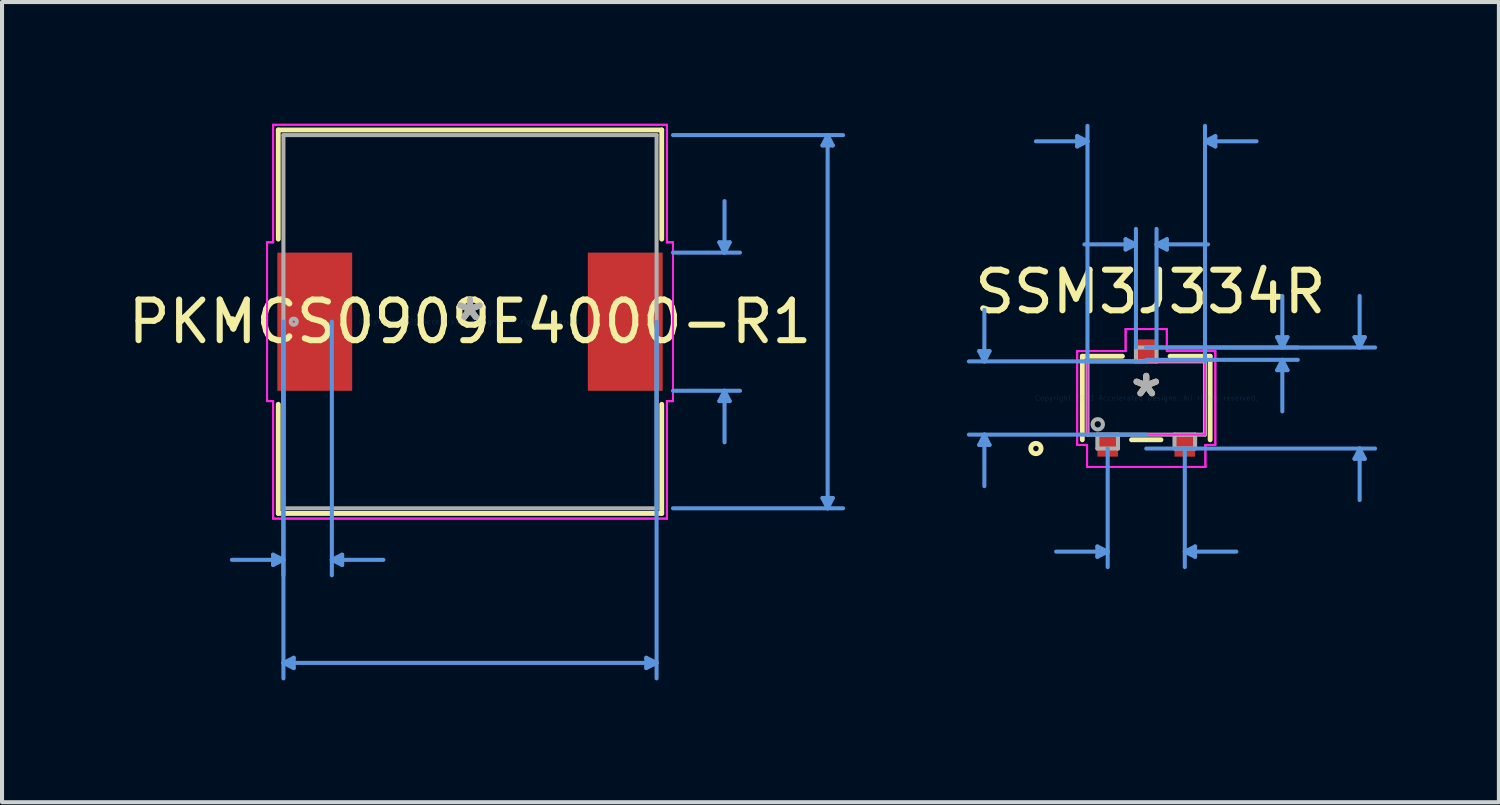
<source format=kicad_pcb>
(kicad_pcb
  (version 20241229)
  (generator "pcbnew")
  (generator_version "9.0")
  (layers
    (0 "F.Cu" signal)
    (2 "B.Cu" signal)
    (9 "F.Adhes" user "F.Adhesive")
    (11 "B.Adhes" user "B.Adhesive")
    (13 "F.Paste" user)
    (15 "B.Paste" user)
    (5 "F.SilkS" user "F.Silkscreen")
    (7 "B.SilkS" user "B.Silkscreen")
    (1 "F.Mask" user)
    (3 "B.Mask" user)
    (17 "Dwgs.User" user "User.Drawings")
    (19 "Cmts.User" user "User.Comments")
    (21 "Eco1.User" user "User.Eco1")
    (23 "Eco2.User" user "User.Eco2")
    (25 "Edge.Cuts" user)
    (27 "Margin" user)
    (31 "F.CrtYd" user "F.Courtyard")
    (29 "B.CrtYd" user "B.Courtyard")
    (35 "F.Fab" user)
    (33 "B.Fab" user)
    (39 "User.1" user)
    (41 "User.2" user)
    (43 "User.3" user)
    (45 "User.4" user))
  (footprint "PKMCS0909E4000-R1"
    (layer "F.Cu")
    (at 8.53 4.876)
    (property "Reference" "PKMCS0909E4000-R1" (at 0 0 0) (layer "F.SilkS") (effects (font (size 1 1) (thickness 0.15))))
    (attr through_hole)
    (fp_line (start -4.724 -4.724) (end -4.724 -2.035) (stroke (width 0.12) (type solid)) (layer "F.SilkS"))
    (fp_line (start -4.724 2.035) (end -4.724 4.724) (stroke (width 0.12) (type solid)) (layer "F.SilkS"))
    (fp_line (start -4.724 4.724) (end 4.724 4.724) (stroke (width 0.12) (type solid)) (layer "F.SilkS"))
    (fp_line (start 4.724 -4.724) (end -4.724 -4.724) (stroke (width 0.12) (type solid)) (layer "F.SilkS"))
    (fp_line (start 4.724 -2.035) (end 4.724 -4.724) (stroke (width 0.12) (type solid)) (layer "F.SilkS"))
    (fp_line (start 4.724 4.724) (end 4.724 2.035) (stroke (width 0.12) (type solid)) (layer "F.SilkS"))
    (fp_circle (center -5.867 0) (end -5.791 0) (stroke (width 0.12) (type solid)) (fill no) (layer "F.SilkS"))
    (fp_line (start -4.851 5.74) (end -4.851 5.994) (stroke (width 0.1) (type solid)) (layer "Cmts.User"))
    (fp_line (start -4.597 0) (end -4.597 6.248) (stroke (width 0.1) (type solid)) (layer "Cmts.User"))
    (fp_line (start -4.597 0) (end -4.597 8.788) (stroke (width 0.1) (type solid)) (layer "Cmts.User"))
    (fp_line (start -4.597 5.867) (end -5.867 5.867) (stroke (width 0.1) (type solid)) (layer "Cmts.User"))
    (fp_line (start -4.597 5.867) (end -4.851 5.74) (stroke (width 0.1) (type solid)) (layer "Cmts.User"))
    (fp_line (start -4.597 5.867) (end -4.851 5.994) (stroke (width 0.1) (type solid)) (layer "Cmts.User"))
    (fp_line (start -4.597 8.407) (end -4.343 8.28) (stroke (width 0.1) (type solid)) (layer "Cmts.User"))
    (fp_line (start -4.597 8.407) (end -4.343 8.534) (stroke (width 0.1) (type solid)) (layer "Cmts.User"))
    (fp_line (start -4.597 8.407) (end 4.597 8.407) (stroke (width 0.1) (type solid)) (layer "Cmts.User"))
    (fp_line (start -4.343 8.28) (end -4.343 8.534) (stroke (width 0.1) (type solid)) (layer "Cmts.User"))
    (fp_line (start -3.404 0) (end -3.404 6.248) (stroke (width 0.1) (type solid)) (layer "Cmts.User"))
    (fp_line (start -3.404 5.867) (end -3.15 5.74) (stroke (width 0.1) (type solid)) (layer "Cmts.User"))
    (fp_line (start -3.404 5.867) (end -3.15 5.994) (stroke (width 0.1) (type solid)) (layer "Cmts.User"))
    (fp_line (start -3.404 5.867) (end -2.134 5.867) (stroke (width 0.1) (type solid)) (layer "Cmts.User"))
    (fp_line (start -3.15 5.74) (end -3.15 5.994) (stroke (width 0.1) (type solid)) (layer "Cmts.User"))
    (fp_line (start 4.343 8.28) (end 4.343 8.534) (stroke (width 0.1) (type solid)) (layer "Cmts.User"))
    (fp_line (start 4.597 0) (end 4.597 8.788) (stroke (width 0.1) (type solid)) (layer "Cmts.User"))
    (fp_line (start 4.597 8.407) (end 4.343 8.28) (stroke (width 0.1) (type solid)) (layer "Cmts.User"))
    (fp_line (start 4.597 8.407) (end 4.343 8.534) (stroke (width 0.1) (type solid)) (layer "Cmts.User"))
    (fp_line (start 5.001 -4.597) (end 9.192 -4.597) (stroke (width 0.1) (type solid)) (layer "Cmts.User"))
    (fp_line (start 5.001 -1.702) (end 6.652 -1.702) (stroke (width 0.1) (type solid)) (layer "Cmts.User"))
    (fp_line (start 5.001 1.702) (end 6.652 1.702) (stroke (width 0.1) (type solid)) (layer "Cmts.User"))
    (fp_line (start 5.001 4.597) (end 9.192 4.597) (stroke (width 0.1) (type solid)) (layer "Cmts.User"))
    (fp_line (start 6.144 -1.956) (end 6.398 -1.956) (stroke (width 0.1) (type solid)) (layer "Cmts.User"))
    (fp_line (start 6.144 1.956) (end 6.398 1.956) (stroke (width 0.1) (type solid)) (layer "Cmts.User"))
    (fp_line (start 6.271 -1.702) (end 6.144 -1.956) (stroke (width 0.1) (type solid)) (layer "Cmts.User"))
    (fp_line (start 6.271 -1.702) (end 6.271 -2.972) (stroke (width 0.1) (type solid)) (layer "Cmts.User"))
    (fp_line (start 6.271 -1.702) (end 6.398 -1.956) (stroke (width 0.1) (type solid)) (layer "Cmts.User"))
    (fp_line (start 6.271 1.702) (end 6.144 1.956) (stroke (width 0.1) (type solid)) (layer "Cmts.User"))
    (fp_line (start 6.271 1.702) (end 6.271 2.972) (stroke (width 0.1) (type solid)) (layer "Cmts.User"))
    (fp_line (start 6.271 1.702) (end 6.398 1.956) (stroke (width 0.1) (type solid)) (layer "Cmts.User"))
    (fp_line (start 8.684 -4.343) (end 8.938 -4.343) (stroke (width 0.1) (type solid)) (layer "Cmts.User"))
    (fp_line (start 8.684 4.343) (end 8.938 4.343) (stroke (width 0.1) (type solid)) (layer "Cmts.User"))
    (fp_line (start 8.811 -4.597) (end 8.684 -4.343) (stroke (width 0.1) (type solid)) (layer "Cmts.User"))
    (fp_line (start 8.811 -4.597) (end 8.811 4.597) (stroke (width 0.1) (type solid)) (layer "Cmts.User"))
    (fp_line (start 8.811 -4.597) (end 8.938 -4.343) (stroke (width 0.1) (type solid)) (layer "Cmts.User"))
    (fp_line (start 8.811 4.597) (end 8.684 4.343) (stroke (width 0.1) (type solid)) (layer "Cmts.User"))
    (fp_line (start 8.811 4.597) (end 8.938 4.343) (stroke (width 0.1) (type solid)) (layer "Cmts.User"))
    (fp_line (start -5.001 -1.956) (end -4.851 -1.956) (stroke (width 0.05) (type solid)) (layer "F.CrtYd"))
    (fp_line (start -5.001 -1.956) (end -4.851 -1.956) (stroke (width 0.05) (type solid)) (layer "F.CrtYd"))
    (fp_line (start -5.001 1.956) (end -5.001 -1.956) (stroke (width 0.05) (type solid)) (layer "F.CrtYd"))
    (fp_line (start -5.001 1.956) (end -5.001 -1.956) (stroke (width 0.05) (type solid)) (layer "F.CrtYd"))
    (fp_line (start -4.851 -4.851) (end 4.851 -4.851) (stroke (width 0.05) (type solid)) (layer "F.CrtYd"))
    (fp_line (start -4.851 -4.851) (end 4.851 -4.851) (stroke (width 0.05) (type solid)) (layer "F.CrtYd"))
    (fp_line (start -4.851 -1.956) (end -4.851 -4.851) (stroke (width 0.05) (type solid)) (layer "F.CrtYd"))
    (fp_line (start -4.851 -1.956) (end -4.851 -4.851) (stroke (width 0.05) (type solid)) (layer "F.CrtYd"))
    (fp_line (start -4.851 1.956) (end -5.001 1.956) (stroke (width 0.05) (type solid)) (layer "F.CrtYd"))
    (fp_line (start -4.851 1.956) (end -5.001 1.956) (stroke (width 0.05) (type solid)) (layer "F.CrtYd"))
    (fp_line (start -4.851 4.851) (end -4.851 1.956) (stroke (width 0.05) (type solid)) (layer "F.CrtYd"))
    (fp_line (start -4.851 4.851) (end -4.851 1.956) (stroke (width 0.05) (type solid)) (layer "F.CrtYd"))
    (fp_line (start 4.851 -4.851) (end 4.851 -1.956) (stroke (width 0.05) (type solid)) (layer "F.CrtYd"))
    (fp_line (start 4.851 -4.851) (end 4.851 -1.956) (stroke (width 0.05) (type solid)) (layer "F.CrtYd"))
    (fp_line (start 4.851 -1.956) (end 5.001 -1.956) (stroke (width 0.05) (type solid)) (layer "F.CrtYd"))
    (fp_line (start 4.851 -1.956) (end 5.001 -1.956) (stroke (width 0.05) (type solid)) (layer "F.CrtYd"))
    (fp_line (start 4.851 1.956) (end 4.851 4.851) (stroke (width 0.05) (type solid)) (layer "F.CrtYd"))
    (fp_line (start 4.851 1.956) (end 4.851 4.851) (stroke (width 0.05) (type solid)) (layer "F.CrtYd"))
    (fp_line (start 4.851 4.851) (end -4.851 4.851) (stroke (width 0.05) (type solid)) (layer "F.CrtYd"))
    (fp_line (start 4.851 4.851) (end -4.851 4.851) (stroke (width 0.05) (type solid)) (layer "F.CrtYd"))
    (fp_line (start 5.001 -1.956) (end 5.001 1.956) (stroke (width 0.05) (type solid)) (layer "F.CrtYd"))
    (fp_line (start 5.001 -1.956) (end 5.001 1.956) (stroke (width 0.05) (type solid)) (layer "F.CrtYd"))
    (fp_line (start 5.001 1.956) (end 4.851 1.956) (stroke (width 0.05) (type solid)) (layer "F.CrtYd"))
    (fp_line (start 5.001 1.956) (end 4.851 1.956) (stroke (width 0.05) (type solid)) (layer "F.CrtYd"))
    (fp_line (start -4.597 -4.597) (end -4.597 4.597) (stroke (width 0.1) (type solid)) (layer "F.Fab"))
    (fp_line (start -4.597 4.597) (end 4.597 4.597) (stroke (width 0.1) (type solid)) (layer "F.Fab"))
    (fp_line (start 4.597 -4.597) (end -4.597 -4.597) (stroke (width 0.1) (type solid)) (layer "F.Fab"))
    (fp_line (start 4.597 4.597) (end 4.597 -4.597) (stroke (width 0.1) (type solid)) (layer "F.Fab"))
    (fp_circle (center -4.343 0) (end -4.267 0) (stroke (width 0.1) (type solid)) (fill no) (layer "F.Fab"))
    (fp_text user "*" (at 0 0 0) (layer "F.SilkS") (effects (font (size 1 1) (thickness 0.15))))
    (fp_text user "Copyright 2021 Accelerated Designs. All rights reserved." (at 0 0 0) (layer "Cmts.User") (effects (font (size 0.127 0.127) (thickness 0.002))))
    (fp_text user "*" (at 0 0 0) (layer "F.Fab") (effects (font (size 1 1) (thickness 0.15))))
    (pad "1" smd rect (at -3.825 0 90) (size 3.404 1.844) (layers "F.Cu" "F.Mask" "F.Paste"))
    (pad "2" smd rect (at 3.825 0 90) (size 3.404 1.844) (layers "F.Cu" "F.Mask" "F.Paste")))
  (footprint "SSM3J334R"
    (layer "F.Cu")
    (at 25.191 6.756)
    (property "Reference" "SSM3J334R" (at 0.102 -2.616 0) (layer "F.SilkS") (effects (font (size 1 1) (thickness 0.15))))
    (attr through_hole)
    (fp_line (start -1.575 -1.029) (end -1.575 1.029) (stroke (width 0.12) (type solid)) (layer "F.SilkS"))
    (fp_line (start -0.587 -1.029) (end -1.575 -1.029) (stroke (width 0.12) (type solid)) (layer "F.SilkS"))
    (fp_line (start -0.363 1.029) (end 0.363 1.029) (stroke (width 0.12) (type solid)) (layer "F.SilkS"))
    (fp_line (start 1.575 -1.029) (end 0.587 -1.029) (stroke (width 0.12) (type solid)) (layer "F.SilkS"))
    (fp_line (start 1.575 1.029) (end 1.575 -1.029) (stroke (width 0.12) (type solid)) (layer "F.SilkS"))
    (fp_circle (center -2.718 1.245) (end -2.591 1.245) (stroke (width 0.12) (type solid)) (fill no) (layer "F.SilkS"))
    (fp_line (start -4.115 -1.156) (end -3.861 -1.156) (stroke (width 0.1) (type solid)) (layer "Cmts.User"))
    (fp_line (start -4.115 1.156) (end -3.861 1.156) (stroke (width 0.1) (type solid)) (layer "Cmts.User"))
    (fp_line (start -3.988 -0.902) (end -4.115 -1.156) (stroke (width 0.1) (type solid)) (layer "Cmts.User"))
    (fp_line (start -3.988 -0.902) (end -3.988 -2.172) (stroke (width 0.1) (type solid)) (layer "Cmts.User"))
    (fp_line (start -3.988 -0.902) (end -3.861 -1.156) (stroke (width 0.1) (type solid)) (layer "Cmts.User"))
    (fp_line (start -3.988 0.902) (end -4.115 1.156) (stroke (width 0.1) (type solid)) (layer "Cmts.User"))
    (fp_line (start -3.988 0.902) (end -3.988 2.172) (stroke (width 0.1) (type solid)) (layer "Cmts.User"))
    (fp_line (start -3.988 0.902) (end -3.861 1.156) (stroke (width 0.1) (type solid)) (layer "Cmts.User"))
    (fp_line (start -1.702 -6.452) (end -1.702 -6.198) (stroke (width 0.1) (type solid)) (layer "Cmts.User"))
    (fp_line (start -1.448 -6.325) (end -2.718 -6.325) (stroke (width 0.1) (type solid)) (layer "Cmts.User"))
    (fp_line (start -1.448 -6.325) (end -1.702 -6.452) (stroke (width 0.1) (type solid)) (layer "Cmts.User"))
    (fp_line (start -1.448 -6.325) (end -1.702 -6.198) (stroke (width 0.1) (type solid)) (layer "Cmts.User"))
    (fp_line (start -1.448 -0.902) (end -1.448 -6.706) (stroke (width 0.1) (type solid)) (layer "Cmts.User"))
    (fp_line (start -1.204 3.658) (end -1.204 3.912) (stroke (width 0.1) (type solid)) (layer "Cmts.User"))
    (fp_line (start -0.95 1.245) (end -0.95 4.166) (stroke (width 0.1) (type solid)) (layer "Cmts.User"))
    (fp_line (start -0.95 3.785) (end -2.22 3.785) (stroke (width 0.1) (type solid)) (layer "Cmts.User"))
    (fp_line (start -0.95 3.785) (end -1.204 3.658) (stroke (width 0.1) (type solid)) (layer "Cmts.User"))
    (fp_line (start -0.95 3.785) (end -1.204 3.912) (stroke (width 0.1) (type solid)) (layer "Cmts.User"))
    (fp_line (start -0.508 -3.912) (end -0.508 -3.658) (stroke (width 0.1) (type solid)) (layer "Cmts.User"))
    (fp_line (start -0.254 -3.785) (end -1.524 -3.785) (stroke (width 0.1) (type solid)) (layer "Cmts.User"))
    (fp_line (start -0.254 -3.785) (end -0.508 -3.912) (stroke (width 0.1) (type solid)) (layer "Cmts.User"))
    (fp_line (start -0.254 -3.785) (end -0.508 -3.658) (stroke (width 0.1) (type solid)) (layer "Cmts.User"))
    (fp_line (start -0.254 -1.245) (end -0.254 -4.166) (stroke (width 0.1) (type solid)) (layer "Cmts.User"))
    (fp_line (start 0 -1.245) (end 3.734 -1.245) (stroke (width 0.1) (type solid)) (layer "Cmts.User"))
    (fp_line (start 0 -1.245) (end 5.639 -1.245) (stroke (width 0.1) (type solid)) (layer "Cmts.User"))
    (fp_line (start 0 -0.94) (end 3.734 -0.94) (stroke (width 0.1) (type solid)) (layer "Cmts.User"))
    (fp_line (start 0 -0.902) (end -4.369 -0.902) (stroke (width 0.1) (type solid)) (layer "Cmts.User"))
    (fp_line (start 0 0.902) (end -4.369 0.902) (stroke (width 0.1) (type solid)) (layer "Cmts.User"))
    (fp_line (start 0 1.245) (end 5.639 1.245) (stroke (width 0.1) (type solid)) (layer "Cmts.User"))
    (fp_line (start 0.254 -3.785) (end 0.508 -3.912) (stroke (width 0.1) (type solid)) (layer "Cmts.User"))
    (fp_line (start 0.254 -3.785) (end 0.508 -3.658) (stroke (width 0.1) (type solid)) (layer "Cmts.User"))
    (fp_line (start 0.254 -3.785) (end 1.524 -3.785) (stroke (width 0.1) (type solid)) (layer "Cmts.User"))
    (fp_line (start 0.254 -1.245) (end 0.254 -4.166) (stroke (width 0.1) (type solid)) (layer "Cmts.User"))
    (fp_line (start 0.508 -3.912) (end 0.508 -3.658) (stroke (width 0.1) (type solid)) (layer "Cmts.User"))
    (fp_line (start 0.95 1.245) (end 0.95 4.166) (stroke (width 0.1) (type solid)) (layer "Cmts.User"))
    (fp_line (start 0.95 3.785) (end 1.204 3.658) (stroke (width 0.1) (type solid)) (layer "Cmts.User"))
    (fp_line (start 0.95 3.785) (end 1.204 3.912) (stroke (width 0.1) (type solid)) (layer "Cmts.User"))
    (fp_line (start 0.95 3.785) (end 2.22 3.785) (stroke (width 0.1) (type solid)) (layer "Cmts.User"))
    (fp_line (start 1.204 3.658) (end 1.204 3.912) (stroke (width 0.1) (type solid)) (layer "Cmts.User"))
    (fp_line (start 1.448 -6.325) (end 1.702 -6.452) (stroke (width 0.1) (type solid)) (layer "Cmts.User"))
    (fp_line (start 1.448 -6.325) (end 1.702 -6.198) (stroke (width 0.1) (type solid)) (layer "Cmts.User"))
    (fp_line (start 1.448 -6.325) (end 2.718 -6.325) (stroke (width 0.1) (type solid)) (layer "Cmts.User"))
    (fp_line (start 1.448 -0.902) (end 1.448 -6.706) (stroke (width 0.1) (type solid)) (layer "Cmts.User"))
    (fp_line (start 1.702 -6.452) (end 1.702 -6.198) (stroke (width 0.1) (type solid)) (layer "Cmts.User"))
    (fp_line (start 3.226 -1.499) (end 3.48 -1.499) (stroke (width 0.1) (type solid)) (layer "Cmts.User"))
    (fp_line (start 3.226 -0.686) (end 3.48 -0.686) (stroke (width 0.1) (type solid)) (layer "Cmts.User"))
    (fp_line (start 3.353 -1.245) (end 3.226 -1.499) (stroke (width 0.1) (type solid)) (layer "Cmts.User"))
    (fp_line (start 3.353 -1.245) (end 3.353 -2.515) (stroke (width 0.1) (type solid)) (layer "Cmts.User"))
    (fp_line (start 3.353 -1.245) (end 3.48 -1.499) (stroke (width 0.1) (type solid)) (layer "Cmts.User"))
    (fp_line (start 3.353 -0.94) (end 3.226 -0.686) (stroke (width 0.1) (type solid)) (layer "Cmts.User"))
    (fp_line (start 3.353 -0.94) (end 3.353 0.33) (stroke (width 0.1) (type solid)) (layer "Cmts.User"))
    (fp_line (start 3.353 -0.94) (end 3.48 -0.686) (stroke (width 0.1) (type solid)) (layer "Cmts.User"))
    (fp_line (start 5.131 -1.499) (end 5.385 -1.499) (stroke (width 0.1) (type solid)) (layer "Cmts.User"))
    (fp_line (start 5.131 1.499) (end 5.385 1.499) (stroke (width 0.1) (type solid)) (layer "Cmts.User"))
    (fp_line (start 5.258 -1.245) (end 5.131 -1.499) (stroke (width 0.1) (type solid)) (layer "Cmts.User"))
    (fp_line (start 5.258 -1.245) (end 5.258 -2.515) (stroke (width 0.1) (type solid)) (layer "Cmts.User"))
    (fp_line (start 5.258 -1.245) (end 5.385 -1.499) (stroke (width 0.1) (type solid)) (layer "Cmts.User"))
    (fp_line (start 5.258 1.245) (end 5.131 1.499) (stroke (width 0.1) (type solid)) (layer "Cmts.User"))
    (fp_line (start 5.258 1.245) (end 5.258 2.515) (stroke (width 0.1) (type solid)) (layer "Cmts.User"))
    (fp_line (start 5.258 1.245) (end 5.385 1.499) (stroke (width 0.1) (type solid)) (layer "Cmts.User"))
    (fp_line (start -1.702 -1.156) (end -0.508 -1.156) (stroke (width 0.05) (type solid)) (layer "F.CrtYd"))
    (fp_line (start -1.702 -1.156) (end -0.508 -1.156) (stroke (width 0.05) (type solid)) (layer "F.CrtYd"))
    (fp_line (start -1.702 1.156) (end -1.702 -1.156) (stroke (width 0.05) (type solid)) (layer "F.CrtYd"))
    (fp_line (start -1.702 1.156) (end -1.702 -1.156) (stroke (width 0.05) (type solid)) (layer "F.CrtYd"))
    (fp_line (start -1.702 1.156) (end -1.458 1.156) (stroke (width 0.05) (type solid)) (layer "F.CrtYd"))
    (fp_line (start -1.458 1.156) (end -1.702 1.156) (stroke (width 0.05) (type solid)) (layer "F.CrtYd"))
    (fp_line (start -1.458 1.156) (end -1.458 1.699) (stroke (width 0.05) (type solid)) (layer "F.CrtYd"))
    (fp_line (start -1.458 1.699) (end -1.458 1.156) (stroke (width 0.05) (type solid)) (layer "F.CrtYd"))
    (fp_line (start -1.458 1.699) (end 1.458 1.699) (stroke (width 0.05) (type solid)) (layer "F.CrtYd"))
    (fp_line (start -1.448 -0.902) (end 1.448 -0.902) (stroke (width 0.05) (type solid)) (layer "F.CrtYd"))
    (fp_line (start -1.448 0.902) (end -1.448 -0.902) (stroke (width 0.05) (type solid)) (layer "F.CrtYd"))
    (fp_line (start -0.508 -1.699) (end 0.508 -1.699) (stroke (width 0.05) (type solid)) (layer "F.CrtYd"))
    (fp_line (start -0.508 -1.699) (end 0.508 -1.699) (stroke (width 0.05) (type solid)) (layer "F.CrtYd"))
    (fp_line (start -0.508 -1.156) (end -0.508 -1.699) (stroke (width 0.05) (type solid)) (layer "F.CrtYd"))
    (fp_line (start -0.508 -1.156) (end -0.508 -1.699) (stroke (width 0.05) (type solid)) (layer "F.CrtYd"))
    (fp_line (start 0.508 -1.699) (end 0.508 -1.156) (stroke (width 0.05) (type solid)) (layer "F.CrtYd"))
    (fp_line (start 0.508 -1.156) (end 0.508 -1.699) (stroke (width 0.05) (type solid)) (layer "F.CrtYd"))
    (fp_line (start 0.508 -1.156) (end 1.702 -1.156) (stroke (width 0.05) (type solid)) (layer "F.CrtYd"))
    (fp_line (start 1.448 -0.902) (end 1.448 0.902) (stroke (width 0.05) (type solid)) (layer "F.CrtYd"))
    (fp_line (start 1.448 0.902) (end -1.448 0.902) (stroke (width 0.05) (type solid)) (layer "F.CrtYd"))
    (fp_line (start 1.458 1.156) (end 1.458 1.699) (stroke (width 0.05) (type solid)) (layer "F.CrtYd"))
    (fp_line (start 1.458 1.156) (end 1.458 1.699) (stroke (width 0.05) (type solid)) (layer "F.CrtYd"))
    (fp_line (start 1.458 1.699) (end -1.458 1.699) (stroke (width 0.05) (type solid)) (layer "F.CrtYd"))
    (fp_line (start 1.702 -1.156) (end 0.508 -1.156) (stroke (width 0.05) (type solid)) (layer "F.CrtYd"))
    (fp_line (start 1.702 -1.156) (end 1.702 1.156) (stroke (width 0.05) (type solid)) (layer "F.CrtYd"))
    (fp_line (start 1.702 -1.156) (end 1.702 1.156) (stroke (width 0.05) (type solid)) (layer "F.CrtYd"))
    (fp_line (start 1.702 1.156) (end 1.458 1.156) (stroke (width 0.05) (type solid)) (layer "F.CrtYd"))
    (fp_line (start 1.702 1.156) (end 1.458 1.156) (stroke (width 0.05) (type solid)) (layer "F.CrtYd"))
    (fp_line (start -1.448 -0.902) (end -1.448 0.902) (stroke (width 0.1) (type solid)) (layer "F.Fab"))
    (fp_line (start -1.448 0.902) (end 1.448 0.902) (stroke (width 0.1) (type solid)) (layer "F.Fab"))
    (fp_line (start -1.204 0.902) (end -1.204 1.245) (stroke (width 0.1) (type solid)) (layer "F.Fab"))
    (fp_line (start -1.204 1.245) (end -0.696 1.245) (stroke (width 0.1) (type solid)) (layer "F.Fab"))
    (fp_line (start -0.696 0.902) (end -1.204 0.902) (stroke (width 0.1) (type solid)) (layer "F.Fab"))
    (fp_line (start -0.696 1.245) (end -0.696 0.902) (stroke (width 0.1) (type solid)) (layer "F.Fab"))
    (fp_line (start -0.254 -1.245) (end -0.254 -0.902) (stroke (width 0.1) (type solid)) (layer "F.Fab"))
    (fp_line (start -0.254 -0.902) (end 0.254 -0.902) (stroke (width 0.1) (type solid)) (layer "F.Fab"))
    (fp_line (start 0.254 -1.245) (end -0.254 -1.245) (stroke (width 0.1) (type solid)) (layer "F.Fab"))
    (fp_line (start 0.254 -0.902) (end 0.254 -1.245) (stroke (width 0.1) (type solid)) (layer "F.Fab"))
    (fp_line (start 0.696 0.902) (end 0.696 1.245) (stroke (width 0.1) (type solid)) (layer "F.Fab"))
    (fp_line (start 0.696 1.245) (end 1.204 1.245) (stroke (width 0.1) (type solid)) (layer "F.Fab"))
    (fp_line (start 1.204 0.902) (end 0.696 0.902) (stroke (width 0.1) (type solid)) (layer "F.Fab"))
    (fp_line (start 1.204 1.245) (end 1.204 0.902) (stroke (width 0.1) (type solid)) (layer "F.Fab"))
    (fp_line (start 1.448 -0.902) (end -1.448 -0.902) (stroke (width 0.1) (type solid)) (layer "F.Fab"))
    (fp_line (start 1.448 0.902) (end 1.448 -0.902) (stroke (width 0.1) (type solid)) (layer "F.Fab"))
    (fp_circle (center -1.194 0.648) (end -1.067 0.648) (stroke (width 0.1) (type solid)) (fill no) (layer "F.Fab"))
    (fp_text user "*" (at 0 0 0) (layer "F.SilkS") (effects (font (size 1 1) (thickness 0.15))))
    (fp_text user "Copyright 2021 Accelerated Designs. All rights reserved." (at 0 0 0) (layer "Cmts.User") (effects (font (size 0.127 0.127) (thickness 0.002))))
    (fp_text user "*" (at 0 0 0) (layer "F.Fab") (effects (font (size 1 1) (thickness 0.15))))
    (pad "1" smd rect (at -0.95 1.192) (size 0.508 0.505) (layers "F.Cu" "F.Mask" "F.Paste"))
    (pad "2" smd rect (at 0.95 1.192) (size 0.508 0.505) (layers "F.Cu" "F.Mask" "F.Paste"))
    (pad "3" smd rect (at 0 -1.192) (size 0.508 0.505) (layers "F.Cu" "F.Mask" "F.Paste")))
  (gr_rect
    (start -3 -3)
    (end 33.88 16.715)
    (stroke (width 0.1) (type default))
    (fill no)
    (layer "Edge.Cuts")))
</source>
